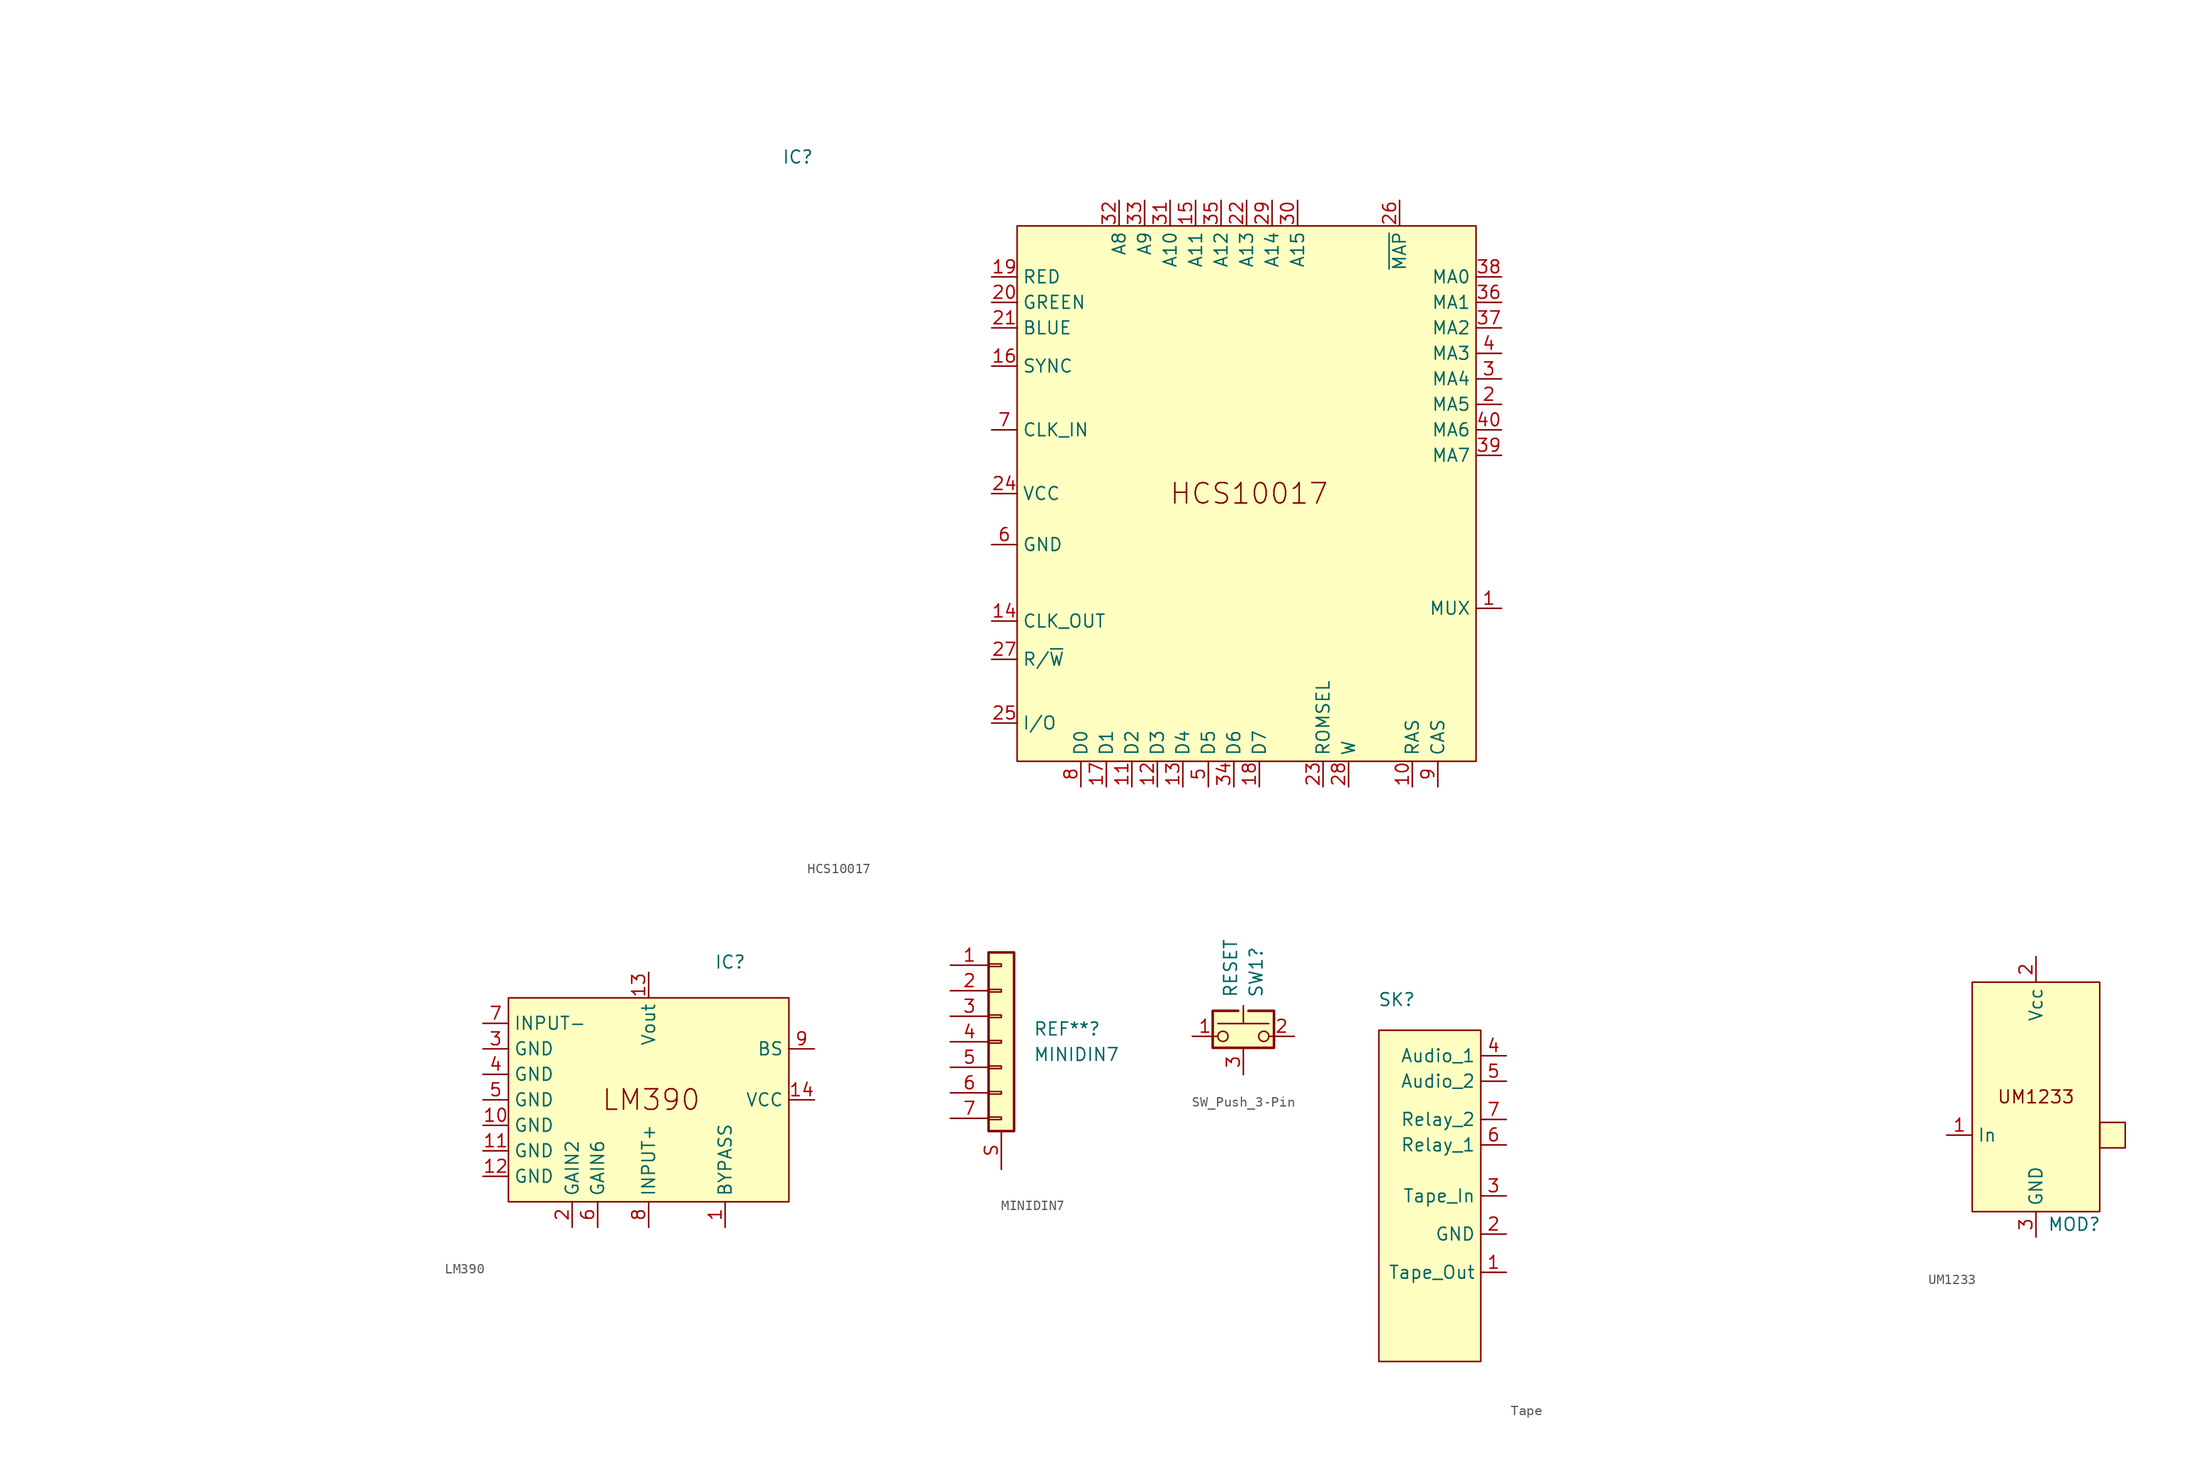
<source format=kicad_sym>
(kicad_symbol_lib
  (version 20231120)
  (generator "kicad_symbol_editor")
  (generator_version "8.0")
  (symbol "HCS10017"
    (property "Reference" "IC"
      (at -44.704 33.528 0)
      (effects (font (size 1.27 1.27))))
    (property "Value" ""
      (at -106.68 38.1 0)
      (effects (font (size 1.27 1.27))))
    (symbol "HCS10017_0_0"
      (pin output line (at 25.4 -11.43 180) (length 2.54) (name "MUX" (effects (font (size 1.27 1.27)))) (number "1" (effects (font (size 1.27 1.27)))))
      (pin bidirectional line (at -11.43 -29.21 90) (length 2.54) (name "D2" (effects (font (size 1.27 1.27)))) (number "11" (effects (font (size 1.27 1.27)))))
      (pin bidirectional line (at -8.89 -29.21 90) (length 2.54) (name "D3" (effects (font (size 1.27 1.27)))) (number "12" (effects (font (size 1.27 1.27)))))
      (pin bidirectional line (at -6.35 -29.21 90) (length 2.54) (name "D4" (effects (font (size 1.27 1.27)))) (number "13" (effects (font (size 1.27 1.27)))))
      (pin output line (at -25.4 -12.7 0) (length 2.54) (name "CLK_OUT" (effects (font (size 1.27 1.27)))) (number "14" (effects (font (size 1.27 1.27)))))
      (pin input line (at -5.08 29.21 270) (length 2.54) (name "A11" (effects (font (size 1.27 1.27)))) (number "15" (effects (font (size 1.27 1.27)))))
      (pin output line (at -25.4 12.7 0) (length 2.54) (name "SYNC" (effects (font (size 1.27 1.27)))) (number "16" (effects (font (size 1.27 1.27)))))
      (pin bidirectional line (at -13.97 -29.21 90) (length 2.54) (name "D1" (effects (font (size 1.27 1.27)))) (number "17" (effects (font (size 1.27 1.27)))))
      (pin bidirectional line (at 1.27 -29.21 90) (length 2.54) (name "D7" (effects (font (size 1.27 1.27)))) (number "18" (effects (font (size 1.27 1.27)))))
      (pin output line (at 25.4 8.89 180) (length 2.54) (name "MA5" (effects (font (size 1.27 1.27)))) (number "2" (effects (font (size 1.27 1.27)))))
      (pin output line (at -25.4 19.05 0) (length 2.54) (name "GREEN" (effects (font (size 1.27 1.27)))) (number "20" (effects (font (size 1.27 1.27)))))
      (pin input line (at 0 29.21 270) (length 2.54) (name "A13" (effects (font (size 1.27 1.27)))) (number "22" (effects (font (size 1.27 1.27)))))
      (pin output line (at 7.62 -29.21 90) (length 2.54) (name "ROMSEL" (effects (font (size 1.27 1.27)))) (number "23" (effects (font (size 1.27 1.27)))))
      (pin power_in line (at -25.4 0 0) (length 2.54) (name "VCC" (effects (font (size 1.27 1.27)))) (number "24" (effects (font (size 1.27 1.27)))))
      (pin output line (at -25.4 -22.86 0) (length 2.54) (name "I/O" (effects (font (size 1.27 1.27)))) (number "25" (effects (font (size 1.27 1.27)))))
      (pin output line (at 15.24 29.21 270) (length 2.54) (name "~{MAP}" (effects (font (size 1.27 1.27)))) (number "26" (effects (font (size 1.27 1.27)))))
      (pin input line (at 2.54 29.21 270) (length 2.54) (name "A14" (effects (font (size 1.27 1.27)))) (number "29" (effects (font (size 1.27 1.27)))))
      (pin output line (at 25.4 11.43 180) (length 2.54) (name "MA4" (effects (font (size 1.27 1.27)))) (number "3" (effects (font (size 1.27 1.27)))))
      (pin input line (at 5.08 29.21 270) (length 2.54) (name "A15" (effects (font (size 1.27 1.27)))) (number "30" (effects (font (size 1.27 1.27)))))
      (pin input line (at -7.62 29.21 270) (length 2.54) (name "A10" (effects (font (size 1.27 1.27)))) (number "31" (effects (font (size 1.27 1.27)))))
      (pin input line (at -12.7 29.21 270) (length 2.54) (name "A8" (effects (font (size 1.27 1.27)))) (number "32" (effects (font (size 1.27 1.27)))))
      (pin input line (at -10.16 29.21 270) (length 2.54) (name "A9" (effects (font (size 1.27 1.27)))) (number "33" (effects (font (size 1.27 1.27)))))
      (pin bidirectional line (at -1.27 -29.21 90) (length 2.54) (name "D6" (effects (font (size 1.27 1.27)))) (number "34" (effects (font (size 1.27 1.27)))))
      (pin input line (at -2.54 29.21 270) (length 2.54) (name "A12" (effects (font (size 1.27 1.27)))) (number "35" (effects (font (size 1.27 1.27)))))
      (pin output line (at 25.4 19.05 180) (length 2.54) (name "MA1" (effects (font (size 1.27 1.27)))) (number "36" (effects (font (size 1.27 1.27)))))
      (pin output line (at 25.4 16.51 180) (length 2.54) (name "MA2" (effects (font (size 1.27 1.27)))) (number "37" (effects (font (size 1.27 1.27)))))
      (pin output line (at 25.4 21.59 180) (length 2.54) (name "MA0" (effects (font (size 1.27 1.27)))) (number "38" (effects (font (size 1.27 1.27)))))
      (pin output line (at 25.4 3.81 180) (length 2.54) (name "MA7" (effects (font (size 1.27 1.27)))) (number "39" (effects (font (size 1.27 1.27)))))
      (pin output line (at 25.4 13.97 180) (length 2.54) (name "MA3" (effects (font (size 1.27 1.27)))) (number "4" (effects (font (size 1.27 1.27)))))
      (pin output line (at 25.4 6.35 180) (length 2.54) (name "MA6" (effects (font (size 1.27 1.27)))) (number "40" (effects (font (size 1.27 1.27)))))
      (pin bidirectional line (at -3.81 -29.21 90) (length 2.54) (name "D5" (effects (font (size 1.27 1.27)))) (number "5" (effects (font (size 1.27 1.27)))))
      (pin power_in line (at -25.4 -5.08 0) (length 2.54) (name "GND" (effects (font (size 1.27 1.27)))) (number "6" (effects (font (size 1.27 1.27)))))
      (pin input line (at -25.4 6.35 0) (length 2.54) (name "CLK_IN" (effects (font (size 1.27 1.27)))) (number "7" (effects (font (size 1.27 1.27)))))
      (pin bidirectional line (at -16.51 -29.21 90) (length 2.54) (name "D0" (effects (font (size 1.27 1.27)))) (number "8" (effects (font (size 1.27 1.27))))))
    (symbol "HCS10017_1_0"
      (pin output line (at 16.51 -29.21 90) (length 2.54) (name "RAS" (effects (font (size 1.27 1.27)))) (number "10" (effects (font (size 1.27 1.27)))))
      (pin output line (at -25.4 21.59 0) (length 2.54) (name "RED" (effects (font (size 1.27 1.27)))) (number "19" (effects (font (size 1.27 1.27)))))
      (pin output line (at -25.4 16.51 0) (length 2.54) (name "BLUE" (effects (font (size 1.27 1.27)))) (number "21" (effects (font (size 1.27 1.27)))))
      (pin input line (at -25.4 -16.51 0) (length 2.54) (name "R/~{W}" (effects (font (size 1.27 1.27)))) (number "27" (effects (font (size 1.27 1.27)))))
      (pin output line (at 10.16 -29.21 90) (length 2.54) (name "W" (effects (font (size 1.27 1.27)))) (number "28" (effects (font (size 1.27 1.27)))))
      (pin output line (at 19.05 -29.21 90) (length 2.54) (name "CAS" (effects (font (size 1.27 1.27)))) (number "9" (effects (font (size 1.27 1.27))))))
    (symbol "HCS10017_1_1"
      (rectangle (start -22.86 26.67) (end 22.86 -26.67) (stroke (width 0) (type default)) (fill (type background)))
      (text "HCS10017" (at 0.254 0 0) (effects (font (size 2.032 2.032))))))
  (symbol "LM390"
    (property "Reference" "IC"
      (at 8.128 13.716 0)
      (effects (font (size 1.27 1.27))))
    (property "Value" ""
      (at -53.34 11.43 0)
      (effects (font (size 1.27 1.27))))
    (symbol "LM390_0_0"
      (pin input line (at 7.62 -12.7 90) (length 2.54) (name "BYPASS" (effects (font (size 1.27 1.27)))) (number "1" (effects (font (size 1.27 1.27)))))
      (pin power_in line (at -16.51 -2.54 0) (length 2.54) (name "GND" (effects (font (size 1.27 1.27)))) (number "10" (effects (font (size 1.27 1.27)))))
      (pin power_in line (at -16.51 -5.08 0) (length 2.54) (name "GND" (effects (font (size 1.27 1.27)))) (number "11" (effects (font (size 1.27 1.27)))))
      (pin power_in line (at -16.51 -7.62 0) (length 2.54) (name "GND" (effects (font (size 1.27 1.27)))) (number "12" (effects (font (size 1.27 1.27)))))
      (pin passive line (at -7.62 -12.7 90) (length 2.54) (name "GAIN2" (effects (font (size 1.27 1.27)))) (number "2" (effects (font (size 1.27 1.27)))))
      (pin power_in line (at -16.51 5.08 0) (length 2.54) (name "GND" (effects (font (size 1.27 1.27)))) (number "3" (effects (font (size 1.27 1.27)))))
      (pin power_in line (at -16.51 2.54 0) (length 2.54) (name "GND" (effects (font (size 1.27 1.27)))) (number "4" (effects (font (size 1.27 1.27)))))
      (pin power_in line (at -16.51 0 0) (length 2.54) (name "GND" (effects (font (size 1.27 1.27)))) (number "5" (effects (font (size 1.27 1.27)))))
      (pin passive line (at -5.08 -12.7 90) (length 2.54) (name "GAIN6" (effects (font (size 1.27 1.27)))) (number "6" (effects (font (size 1.27 1.27)))))
      (pin input line (at -16.51 7.62 0) (length 2.54) (name "INPUT-" (effects (font (size 1.27 1.27)))) (number "7" (effects (font (size 1.27 1.27)))))
      (pin input line (at 0 -12.7 90) (length 2.54) (name "INPUT+" (effects (font (size 1.27 1.27)))) (number "8" (effects (font (size 1.27 1.27)))))
      (pin passive line (at 16.51 5.08 180) (length 2.54) (name "BS" (effects (font (size 1.27 1.27)))) (number "9" (effects (font (size 1.27 1.27))))))
    (symbol "LM390_1_0"
      (pin passive line (at 0 12.7 270) (length 2.54) (name "Vout" (effects (font (size 1.27 1.27)))) (number "13" (effects (font (size 1.27 1.27)))))
      (pin power_in line (at 16.51 0 180) (length 2.54) (name "VCC" (effects (font (size 1.27 1.27)))) (number "14" (effects (font (size 1.27 1.27))))))
    (symbol "LM390_1_1"
      (rectangle (start -13.97 10.16) (end 13.97 -10.16) (stroke (width 0) (type default)) (fill (type background)))
      (text "LM390" (at 0.254 0 0) (effects (font (size 2.032 2.032))))))
  (symbol "MINIDIN7"
    (pin_names
      (offset 1.016) hide)
    (property "Reference" "REF**"
      (at 3.175 -1.27 0)
      (effects (font (size 1.27 1.27)) (justify left)))
    (property "Value" "MINIDIN7"
      (at 3.175 -3.81 0)
      (effects (font (size 1.27 1.27)) (justify left)))
    (symbol "MINIDIN7_1_1"
      (rectangle (start -1.27 -10.033) (end 0 -10.287) (stroke (width 0.152) (type default)) (fill (type none)))
      (rectangle (start -1.27 -7.493) (end 0 -7.747) (stroke (width 0.152) (type default)) (fill (type none)))
      (rectangle (start -1.27 -4.953) (end 0 -5.207) (stroke (width 0.152) (type default)) (fill (type none)))
      (rectangle (start -1.27 -2.413) (end 0 -2.667) (stroke (width 0.152) (type default)) (fill (type none)))
      (rectangle (start -1.27 0.127) (end 0 -0.127) (stroke (width 0.152) (type default)) (fill (type none)))
      (rectangle (start -1.27 2.667) (end 0 2.413) (stroke (width 0.152) (type default)) (fill (type none)))
      (rectangle (start -1.27 5.207) (end 0 4.953) (stroke (width 0.152) (type default)) (fill (type none)))
      (rectangle (start -1.27 6.35) (end 1.27 -11.43) (stroke (width 0.254) (type default)) (fill (type background)))
      (pin passive line (at -5.08 5.08 0) (length 3.81) (name "Pin_1" (effects (font (size 1.27 1.27)))) (number "1" (effects (font (size 1.27 1.27)))))
      (pin passive line (at -5.08 2.54 0) (length 3.81) (name "Pin_2" (effects (font (size 1.27 1.27)))) (number "2" (effects (font (size 1.27 1.27)))))
      (pin passive line (at -5.08 0 0) (length 3.81) (name "Pin_3" (effects (font (size 1.27 1.27)))) (number "3" (effects (font (size 1.27 1.27)))))
      (pin passive line (at -5.08 -2.54 0) (length 3.81) (name "Pin_4" (effects (font (size 1.27 1.27)))) (number "4" (effects (font (size 1.27 1.27)))))
      (pin passive line (at -5.08 -5.08 0) (length 3.81) (name "Pin_5" (effects (font (size 1.27 1.27)))) (number "5" (effects (font (size 1.27 1.27)))))
      (pin passive line (at -5.08 -7.62 0) (length 3.81) (name "Pin_6" (effects (font (size 1.27 1.27)))) (number "6" (effects (font (size 1.27 1.27)))))
      (pin passive line (at -5.08 -10.16 0) (length 3.81) (name "Pin_7" (effects (font (size 1.27 1.27)))) (number "7" (effects (font (size 1.27 1.27)))))
      (pin passive line (at 0 -15.24 90) (length 3.81) (name "SHIELD" (effects (font (size 1.27 1.27)))) (number "S" (effects (font (size 1.27 1.27)))))))
  (symbol "SW_Push_3-Pin"
    (pin_names
      (offset 1.016) hide)
    (property "Reference" "SW1"
      (at 1.27 3.81 90)
      (effects (font (size 1.27 1.27)) (justify left)))
    (property "Value" "RESET"
      (at -1.27 3.81 90)
      (effects (font (size 1.27 1.27)) (justify left)))
    (symbol "SW_Push_3-Pin_0_1"
      (circle (center -2.032 0) (radius 0.508) (stroke (width 0) (type default)) (fill (type none)))
      (polyline (pts (xy 0 1.27) (xy 0 3.048)) (stroke (width 0) (type default)) (fill (type none)))
      (polyline (pts (xy 2.54 1.27) (xy -2.54 1.27)) (stroke (width 0) (type default)) (fill (type none)))
      (polyline (pts (xy 0.508 2.54) (xy 3.048 2.54) (xy 3.048 -1.143) (xy -3.048 -1.143) (xy -3.048 2.54) (xy -0.508 2.54)) (stroke (width -0.025) (type default)) (fill (type none)))
      (polyline (pts (xy 0.508 2.54) (xy 3.048 2.54) (xy 3.048 -1.143) (xy -3.048 -1.143) (xy -3.048 2.54) (xy -0.508 2.54)) (stroke (width 0.254) (type default)) (fill (type none)))
      (circle (center 2.032 0) (radius 0.508) (stroke (width 0) (type default)) (fill (type none)))
      (pin passive line (at -5.08 0 0) (length 2.54) (name "1" (effects (font (size 1.27 1.27)))) (number "1" (effects (font (size 1.27 1.27)))))
      (pin passive line (at 5.08 0 180) (length 2.54) (name "2" (effects (font (size 1.27 1.27)))) (number "2" (effects (font (size 1.27 1.27))))))
    (symbol "SW_Push_3-Pin_1_1"
      (rectangle (start -3.048 2.54) (end 3.048 -1.27) (stroke (width -0.025) (type default)) (fill (type background)))
      (pin passive line (at 0 -3.81 90) (length 2.54) (name "B" (effects (font (size 1.27 1.27)))) (number "3" (effects (font (size 1.27 1.27)))))))
  (symbol "Tape"
    (property "Reference" "SK"
      (at -3.302 19.558 0)
      (effects (font (size 1.27 1.27))))
    (property "Value" ""
      (at 24.13 22.86 0)
      (effects (font (size 1.27 1.27))))
    (symbol "Tape_0_0"
      (pin output line (at 7.62 -7.62 180) (length 2.54) (name "Tape_Out" (effects (font (size 1.27 1.27)))) (number "1" (effects (font (size 1.27 1.27)))))
      (pin input line (at 7.62 0 180) (length 2.54) (name "Tape_In" (effects (font (size 1.27 1.27)))) (number "3" (effects (font (size 1.27 1.27)))))
      (pin passive line (at 7.62 13.97 180) (length 2.54) (name "Audio_1" (effects (font (size 1.27 1.27)))) (number "4" (effects (font (size 1.27 1.27)))))
      (pin passive line (at 7.62 11.43 180) (length 2.54) (name "Audio_2" (effects (font (size 1.27 1.27)))) (number "5" (effects (font (size 1.27 1.27)))))
      (pin passive line (at 7.62 5.08 180) (length 2.54) (name "Relay_1" (effects (font (size 1.27 1.27)))) (number "6" (effects (font (size 1.27 1.27)))))
      (pin passive line (at 7.62 7.62 180) (length 2.54) (name "Relay_2" (effects (font (size 1.27 1.27)))) (number "7" (effects (font (size 1.27 1.27))))))
    (symbol "Tape_1_0"
      (pin power_in line (at 7.62 -3.81 180) (length 2.54) (name "GND" (effects (font (size 1.27 1.27)))) (number "2" (effects (font (size 1.27 1.27))))))
    (symbol "Tape_1_1"
      (rectangle (start -5.08 16.51) (end 5.08 -16.51) (stroke (width 0) (type default)) (fill (type background)))))
  (symbol "UM1233"
    (property "Reference" "MOD"
      (at 3.81 -12.7 0)
      (effects (font (size 1.27 1.27))))
    (property "Value" ""
      (at -25.4 7.62 0)
      (effects (font (size 1.27 1.27))))
    (symbol "UM1233_0_0"
      (pin power_in line (at 0 13.97 270) (length 2.54) (name "Vcc" (effects (font (size 1.27 1.27)))) (number "2" (effects (font (size 1.27 1.27)))))
      (pin power_in line (at 0 -13.97 90) (length 2.54) (name "GND" (effects (font (size 1.27 1.27)))) (number "3" (effects (font (size 1.27 1.27))))))
    (symbol "UM1233_1_0"
      (pin input line (at -8.89 -3.81 0) (length 2.54) (name "In" (effects (font (size 1.27 1.27)))) (number "1" (effects (font (size 1.27 1.27))))))
    (symbol "UM1233_1_1"
      (rectangle (start -6.35 11.43) (end 6.35 -11.43) (stroke (width 0) (type default)) (fill (type background)))
      (rectangle (start 6.35 -2.54) (end 8.89 -5.08) (stroke (width 0) (type default)) (fill (type background)))
      (text "UM1233" (at 0 0 0) (effects (font (size 1.27 1.27)))))))
</source>
